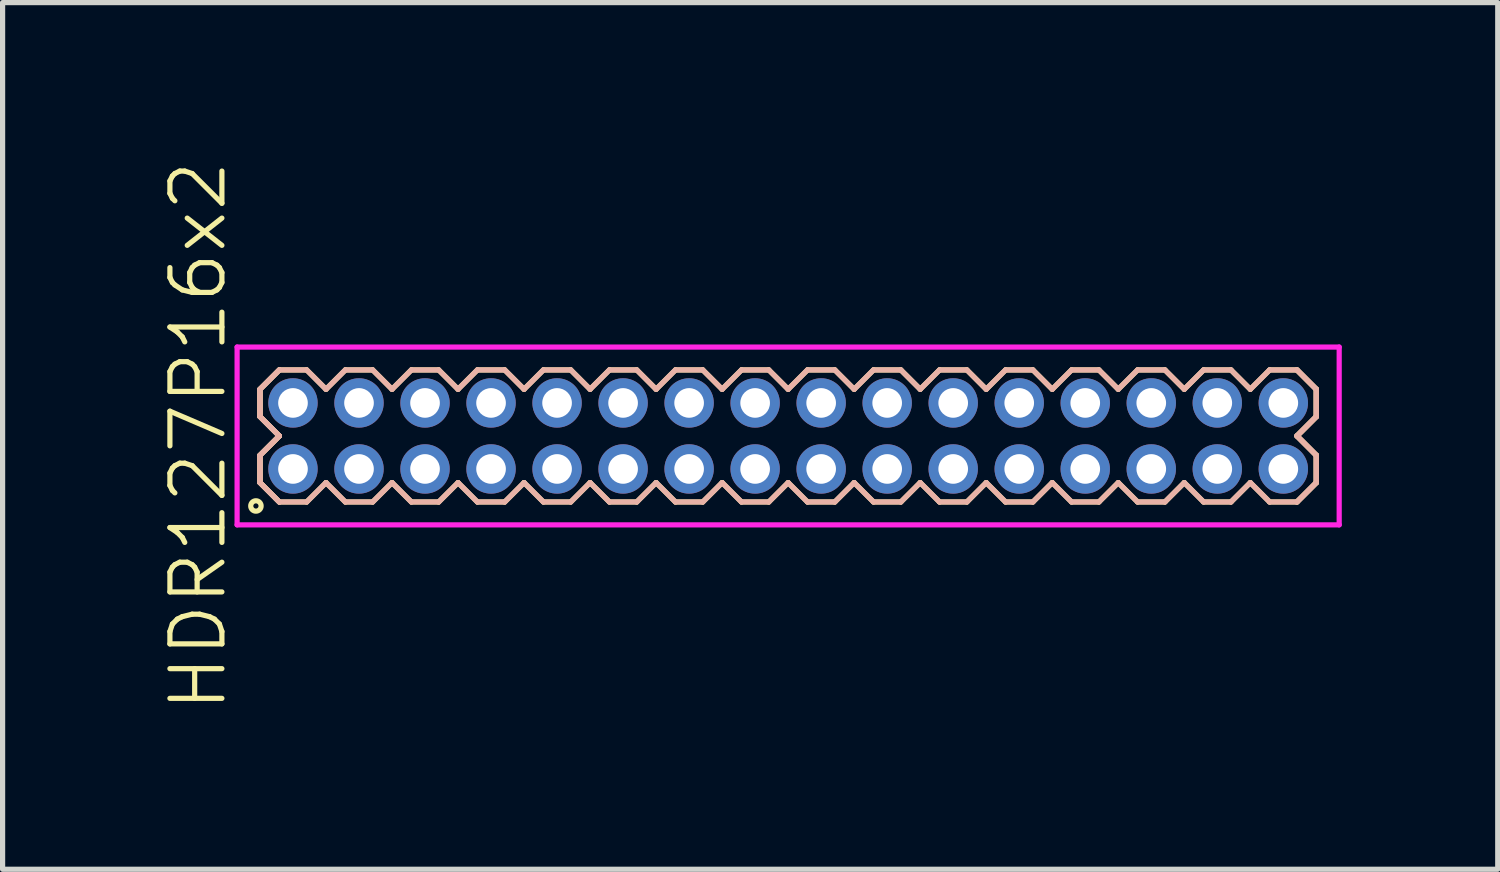
<source format=kicad_pcb>
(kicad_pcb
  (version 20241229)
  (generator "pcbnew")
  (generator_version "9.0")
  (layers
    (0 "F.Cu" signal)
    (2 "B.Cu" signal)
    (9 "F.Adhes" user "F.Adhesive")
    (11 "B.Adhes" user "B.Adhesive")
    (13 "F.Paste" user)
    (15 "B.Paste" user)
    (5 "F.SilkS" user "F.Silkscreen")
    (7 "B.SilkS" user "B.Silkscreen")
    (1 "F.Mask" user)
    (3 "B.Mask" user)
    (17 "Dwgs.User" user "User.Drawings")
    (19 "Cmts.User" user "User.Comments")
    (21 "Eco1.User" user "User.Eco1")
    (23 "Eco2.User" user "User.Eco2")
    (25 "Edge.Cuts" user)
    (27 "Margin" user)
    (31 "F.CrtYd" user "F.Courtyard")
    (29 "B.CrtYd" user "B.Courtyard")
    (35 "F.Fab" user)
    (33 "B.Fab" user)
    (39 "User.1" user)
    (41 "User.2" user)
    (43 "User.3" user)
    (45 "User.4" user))
  (footprint "HDR127P16x2"
    (layer "F.Cu")
    (at 12.111 5.336)
    (property "Reference" "HDR127P16x2" (at -11.35 0 90) (layer "F.SilkS") (effects (font (size 1 1) (thickness 0.1))))
    (attr through_hole)
    (fp_line (start -10.16 -0.898) (end -9.788 -1.27) (stroke (width 0.1) (type solid)) (layer "F.SilkS"))
    (fp_line (start -10.16 -0.898) (end -9.788 -1.27) (stroke (width 0.1) (type solid)) (layer "F.SilkS"))
    (fp_line (start -10.16 -0.372) (end -10.16 -0.898) (stroke (width 0.1) (type solid)) (layer "F.SilkS"))
    (fp_line (start -10.16 -0.372) (end -10.16 -0.898) (stroke (width 0.1) (type solid)) (layer "F.SilkS"))
    (fp_line (start -10.16 0.372) (end -9.788 0) (stroke (width 0.1) (type solid)) (layer "F.SilkS"))
    (fp_line (start -10.16 0.372) (end -9.788 0) (stroke (width 0.1) (type solid)) (layer "F.SilkS"))
    (fp_line (start -10.16 0.898) (end -10.16 0.372) (stroke (width 0.1) (type solid)) (layer "F.SilkS"))
    (fp_line (start -10.16 0.898) (end -10.16 0.372) (stroke (width 0.1) (type solid)) (layer "F.SilkS"))
    (fp_line (start -9.788 -1.27) (end -9.262 -1.27) (stroke (width 0.1) (type solid)) (layer "F.SilkS"))
    (fp_line (start -9.788 0) (end -10.16 -0.372) (stroke (width 0.1) (type solid)) (layer "F.SilkS"))
    (fp_line (start -9.788 0) (end -10.16 -0.372) (stroke (width 0.1) (type solid)) (layer "F.SilkS"))
    (fp_line (start -9.788 1.27) (end -10.16 0.898) (stroke (width 0.1) (type solid)) (layer "F.SilkS"))
    (fp_line (start -9.788 1.27) (end -10.16 0.898) (stroke (width 0.1) (type solid)) (layer "F.SilkS"))
    (fp_line (start -9.262 -1.27) (end -8.89 -0.898) (stroke (width 0.1) (type solid)) (layer "F.SilkS"))
    (fp_line (start -9.262 1.27) (end -9.788 1.27) (stroke (width 0.1) (type solid)) (layer "F.SilkS"))
    (fp_line (start -8.89 -0.898) (end -8.518 -1.27) (stroke (width 0.1) (type solid)) (layer "F.SilkS"))
    (fp_line (start -8.89 0.898) (end -9.262 1.27) (stroke (width 0.1) (type solid)) (layer "F.SilkS"))
    (fp_line (start -8.518 -1.27) (end -7.992 -1.27) (stroke (width 0.1) (type solid)) (layer "F.SilkS"))
    (fp_line (start -8.518 1.27) (end -8.89 0.898) (stroke (width 0.1) (type solid)) (layer "F.SilkS"))
    (fp_line (start -7.992 -1.27) (end -7.62 -0.898) (stroke (width 0.1) (type solid)) (layer "F.SilkS"))
    (fp_line (start -7.992 1.27) (end -8.518 1.27) (stroke (width 0.1) (type solid)) (layer "F.SilkS"))
    (fp_line (start -7.62 -0.898) (end -7.248 -1.27) (stroke (width 0.1) (type solid)) (layer "F.SilkS"))
    (fp_line (start -7.62 0.898) (end -7.992 1.27) (stroke (width 0.1) (type solid)) (layer "F.SilkS"))
    (fp_line (start -7.248 -1.27) (end -6.722 -1.27) (stroke (width 0.1) (type solid)) (layer "F.SilkS"))
    (fp_line (start -7.248 1.27) (end -7.62 0.898) (stroke (width 0.1) (type solid)) (layer "F.SilkS"))
    (fp_line (start -6.722 -1.27) (end -6.35 -0.898) (stroke (width 0.1) (type solid)) (layer "F.SilkS"))
    (fp_line (start -6.722 1.27) (end -7.248 1.27) (stroke (width 0.1) (type solid)) (layer "F.SilkS"))
    (fp_line (start -6.35 -0.898) (end -5.978 -1.27) (stroke (width 0.1) (type solid)) (layer "F.SilkS"))
    (fp_line (start -6.35 0.898) (end -6.722 1.27) (stroke (width 0.1) (type solid)) (layer "F.SilkS"))
    (fp_line (start -5.978 -1.27) (end -5.452 -1.27) (stroke (width 0.1) (type solid)) (layer "F.SilkS"))
    (fp_line (start -5.978 1.27) (end -6.35 0.898) (stroke (width 0.1) (type solid)) (layer "F.SilkS"))
    (fp_line (start -5.452 -1.27) (end -5.08 -0.898) (stroke (width 0.1) (type solid)) (layer "F.SilkS"))
    (fp_line (start -5.452 1.27) (end -5.978 1.27) (stroke (width 0.1) (type solid)) (layer "F.SilkS"))
    (fp_line (start -5.08 -0.898) (end -4.708 -1.27) (stroke (width 0.1) (type solid)) (layer "F.SilkS"))
    (fp_line (start -5.08 0.898) (end -5.452 1.27) (stroke (width 0.1) (type solid)) (layer "F.SilkS"))
    (fp_line (start -4.708 -1.27) (end -4.182 -1.27) (stroke (width 0.1) (type solid)) (layer "F.SilkS"))
    (fp_line (start -4.708 1.27) (end -5.08 0.898) (stroke (width 0.1) (type solid)) (layer "F.SilkS"))
    (fp_line (start -4.182 -1.27) (end -3.81 -0.898) (stroke (width 0.1) (type solid)) (layer "F.SilkS"))
    (fp_line (start -4.182 1.27) (end -4.708 1.27) (stroke (width 0.1) (type solid)) (layer "F.SilkS"))
    (fp_line (start -3.81 -0.898) (end -3.438 -1.27) (stroke (width 0.1) (type solid)) (layer "F.SilkS"))
    (fp_line (start -3.81 0.898) (end -4.182 1.27) (stroke (width 0.1) (type solid)) (layer "F.SilkS"))
    (fp_line (start -3.438 -1.27) (end -2.912 -1.27) (stroke (width 0.1) (type solid)) (layer "F.SilkS"))
    (fp_line (start -3.438 1.27) (end -3.81 0.898) (stroke (width 0.1) (type solid)) (layer "F.SilkS"))
    (fp_line (start -2.912 -1.27) (end -2.54 -0.898) (stroke (width 0.1) (type solid)) (layer "F.SilkS"))
    (fp_line (start -2.912 1.27) (end -3.438 1.27) (stroke (width 0.1) (type solid)) (layer "F.SilkS"))
    (fp_line (start -2.54 -0.898) (end -2.168 -1.27) (stroke (width 0.1) (type solid)) (layer "F.SilkS"))
    (fp_line (start -2.54 0.898) (end -2.912 1.27) (stroke (width 0.1) (type solid)) (layer "F.SilkS"))
    (fp_line (start -2.168 -1.27) (end -1.642 -1.27) (stroke (width 0.1) (type solid)) (layer "F.SilkS"))
    (fp_line (start -2.168 1.27) (end -2.54 0.898) (stroke (width 0.1) (type solid)) (layer "F.SilkS"))
    (fp_line (start -1.642 -1.27) (end -1.27 -0.898) (stroke (width 0.1) (type solid)) (layer "F.SilkS"))
    (fp_line (start -1.642 1.27) (end -2.168 1.27) (stroke (width 0.1) (type solid)) (layer "F.SilkS"))
    (fp_line (start -1.27 -0.898) (end -0.898 -1.27) (stroke (width 0.1) (type solid)) (layer "F.SilkS"))
    (fp_line (start -1.27 0.898) (end -1.642 1.27) (stroke (width 0.1) (type solid)) (layer "F.SilkS"))
    (fp_line (start -0.898 -1.27) (end -0.372 -1.27) (stroke (width 0.1) (type solid)) (layer "F.SilkS"))
    (fp_line (start -0.898 1.27) (end -1.27 0.898) (stroke (width 0.1) (type solid)) (layer "F.SilkS"))
    (fp_line (start -0.372 -1.27) (end 0 -0.898) (stroke (width 0.1) (type solid)) (layer "F.SilkS"))
    (fp_line (start -0.372 1.27) (end -0.898 1.27) (stroke (width 0.1) (type solid)) (layer "F.SilkS"))
    (fp_line (start 0 -0.898) (end 0.372 -1.27) (stroke (width 0.1) (type solid)) (layer "F.SilkS"))
    (fp_line (start 0 0.898) (end -0.372 1.27) (stroke (width 0.1) (type solid)) (layer "F.SilkS"))
    (fp_line (start 0.372 -1.27) (end 0.898 -1.27) (stroke (width 0.1) (type solid)) (layer "F.SilkS"))
    (fp_line (start 0.372 1.27) (end 0 0.898) (stroke (width 0.1) (type solid)) (layer "F.SilkS"))
    (fp_line (start 0.898 -1.27) (end 1.27 -0.898) (stroke (width 0.1) (type solid)) (layer "F.SilkS"))
    (fp_line (start 0.898 1.27) (end 0.372 1.27) (stroke (width 0.1) (type solid)) (layer "F.SilkS"))
    (fp_line (start 1.27 -0.898) (end 1.642 -1.27) (stroke (width 0.1) (type solid)) (layer "F.SilkS"))
    (fp_line (start 1.27 0.898) (end 0.898 1.27) (stroke (width 0.1) (type solid)) (layer "F.SilkS"))
    (fp_line (start 1.642 -1.27) (end 2.168 -1.27) (stroke (width 0.1) (type solid)) (layer "F.SilkS"))
    (fp_line (start 1.642 1.27) (end 1.27 0.898) (stroke (width 0.1) (type solid)) (layer "F.SilkS"))
    (fp_line (start 2.168 -1.27) (end 2.54 -0.898) (stroke (width 0.1) (type solid)) (layer "F.SilkS"))
    (fp_line (start 2.168 1.27) (end 1.642 1.27) (stroke (width 0.1) (type solid)) (layer "F.SilkS"))
    (fp_line (start 2.54 -0.898) (end 2.912 -1.27) (stroke (width 0.1) (type solid)) (layer "F.SilkS"))
    (fp_line (start 2.54 0.898) (end 2.168 1.27) (stroke (width 0.1) (type solid)) (layer "F.SilkS"))
    (fp_line (start 2.912 -1.27) (end 3.438 -1.27) (stroke (width 0.1) (type solid)) (layer "F.SilkS"))
    (fp_line (start 2.912 1.27) (end 2.54 0.898) (stroke (width 0.1) (type solid)) (layer "F.SilkS"))
    (fp_line (start 3.438 -1.27) (end 3.81 -0.898) (stroke (width 0.1) (type solid)) (layer "F.SilkS"))
    (fp_line (start 3.438 1.27) (end 2.912 1.27) (stroke (width 0.1) (type solid)) (layer "F.SilkS"))
    (fp_line (start 3.81 -0.898) (end 4.182 -1.27) (stroke (width 0.1) (type solid)) (layer "F.SilkS"))
    (fp_line (start 3.81 0.898) (end 3.438 1.27) (stroke (width 0.1) (type solid)) (layer "F.SilkS"))
    (fp_line (start 4.182 -1.27) (end 4.708 -1.27) (stroke (width 0.1) (type solid)) (layer "F.SilkS"))
    (fp_line (start 4.182 1.27) (end 3.81 0.898) (stroke (width 0.1) (type solid)) (layer "F.SilkS"))
    (fp_line (start 4.708 -1.27) (end 5.08 -0.898) (stroke (width 0.1) (type solid)) (layer "F.SilkS"))
    (fp_line (start 4.708 1.27) (end 4.182 1.27) (stroke (width 0.1) (type solid)) (layer "F.SilkS"))
    (fp_line (start 5.08 -0.898) (end 5.452 -1.27) (stroke (width 0.1) (type solid)) (layer "F.SilkS"))
    (fp_line (start 5.08 0.898) (end 4.708 1.27) (stroke (width 0.1) (type solid)) (layer "F.SilkS"))
    (fp_line (start 5.452 -1.27) (end 5.978 -1.27) (stroke (width 0.1) (type solid)) (layer "F.SilkS"))
    (fp_line (start 5.452 1.27) (end 5.08 0.898) (stroke (width 0.1) (type solid)) (layer "F.SilkS"))
    (fp_line (start 5.978 -1.27) (end 6.35 -0.898) (stroke (width 0.1) (type solid)) (layer "F.SilkS"))
    (fp_line (start 5.978 1.27) (end 5.452 1.27) (stroke (width 0.1) (type solid)) (layer "F.SilkS"))
    (fp_line (start 6.35 -0.898) (end 6.722 -1.27) (stroke (width 0.1) (type solid)) (layer "F.SilkS"))
    (fp_line (start 6.35 0.898) (end 5.978 1.27) (stroke (width 0.1) (type solid)) (layer "F.SilkS"))
    (fp_line (start 6.722 -1.27) (end 7.248 -1.27) (stroke (width 0.1) (type solid)) (layer "F.SilkS"))
    (fp_line (start 6.722 1.27) (end 6.35 0.898) (stroke (width 0.1) (type solid)) (layer "F.SilkS"))
    (fp_line (start 7.248 -1.27) (end 7.62 -0.898) (stroke (width 0.1) (type solid)) (layer "F.SilkS"))
    (fp_line (start 7.248 1.27) (end 6.722 1.27) (stroke (width 0.1) (type solid)) (layer "F.SilkS"))
    (fp_line (start 7.62 -0.898) (end 7.992 -1.27) (stroke (width 0.1) (type solid)) (layer "F.SilkS"))
    (fp_line (start 7.62 0.898) (end 7.248 1.27) (stroke (width 0.1) (type solid)) (layer "F.SilkS"))
    (fp_line (start 7.992 -1.27) (end 8.518 -1.27) (stroke (width 0.1) (type solid)) (layer "F.SilkS"))
    (fp_line (start 7.992 1.27) (end 7.62 0.898) (stroke (width 0.1) (type solid)) (layer "F.SilkS"))
    (fp_line (start 8.518 -1.27) (end 8.89 -0.898) (stroke (width 0.1) (type solid)) (layer "F.SilkS"))
    (fp_line (start 8.518 1.27) (end 7.992 1.27) (stroke (width 0.1) (type solid)) (layer "F.SilkS"))
    (fp_line (start 8.89 -0.898) (end 9.262 -1.27) (stroke (width 0.1) (type solid)) (layer "F.SilkS"))
    (fp_line (start 8.89 0.898) (end 8.518 1.27) (stroke (width 0.1) (type solid)) (layer "F.SilkS"))
    (fp_line (start 9.262 -1.27) (end 9.788 -1.27) (stroke (width 0.1) (type solid)) (layer "F.SilkS"))
    (fp_line (start 9.262 1.27) (end 8.89 0.898) (stroke (width 0.1) (type solid)) (layer "F.SilkS"))
    (fp_line (start 9.788 -1.27) (end 10.16 -0.898) (stroke (width 0.1) (type solid)) (layer "F.SilkS"))
    (fp_line (start 9.788 -1.27) (end 10.16 -0.898) (stroke (width 0.1) (type solid)) (layer "F.SilkS"))
    (fp_line (start 9.788 0) (end 10.16 0.372) (stroke (width 0.1) (type solid)) (layer "F.SilkS"))
    (fp_line (start 9.788 0) (end 10.16 0.372) (stroke (width 0.1) (type solid)) (layer "F.SilkS"))
    (fp_line (start 9.788 1.27) (end 9.262 1.27) (stroke (width 0.1) (type solid)) (layer "F.SilkS"))
    (fp_line (start 10.16 -0.898) (end 10.16 -0.372) (stroke (width 0.1) (type solid)) (layer "F.SilkS"))
    (fp_line (start 10.16 -0.898) (end 10.16 -0.372) (stroke (width 0.1) (type solid)) (layer "F.SilkS"))
    (fp_line (start 10.16 -0.372) (end 9.788 0) (stroke (width 0.1) (type solid)) (layer "F.SilkS"))
    (fp_line (start 10.16 -0.372) (end 9.788 0) (stroke (width 0.1) (type solid)) (layer "F.SilkS"))
    (fp_line (start 10.16 0.372) (end 10.16 0.898) (stroke (width 0.1) (type solid)) (layer "F.SilkS"))
    (fp_line (start 10.16 0.372) (end 10.16 0.898) (stroke (width 0.1) (type solid)) (layer "F.SilkS"))
    (fp_line (start 10.16 0.898) (end 9.788 1.27) (stroke (width 0.1) (type solid)) (layer "F.SilkS"))
    (fp_line (start 10.16 0.898) (end 9.788 1.27) (stroke (width 0.1) (type solid)) (layer "F.SilkS"))
    (fp_circle (center -10.238 1.347) (end -10.138 1.347) (stroke (width 0.1) (type solid)) (fill no) (layer "F.SilkS"))
    (fp_line (start -10.16 -0.898) (end -9.788 -1.27) (stroke (width 0.1) (type solid)) (layer "B.SilkS"))
    (fp_line (start -10.16 -0.898) (end -9.788 -1.27) (stroke (width 0.1) (type solid)) (layer "B.SilkS"))
    (fp_line (start -10.16 -0.372) (end -10.16 -0.898) (stroke (width 0.1) (type solid)) (layer "B.SilkS"))
    (fp_line (start -10.16 -0.372) (end -10.16 -0.898) (stroke (width 0.1) (type solid)) (layer "B.SilkS"))
    (fp_line (start -10.16 0.372) (end -9.788 0) (stroke (width 0.1) (type solid)) (layer "B.SilkS"))
    (fp_line (start -10.16 0.372) (end -9.788 0) (stroke (width 0.1) (type solid)) (layer "B.SilkS"))
    (fp_line (start -10.16 0.898) (end -10.16 0.372) (stroke (width 0.1) (type solid)) (layer "B.SilkS"))
    (fp_line (start -10.16 0.898) (end -10.16 0.372) (stroke (width 0.1) (type solid)) (layer "B.SilkS"))
    (fp_line (start -9.788 -1.27) (end -9.262 -1.27) (stroke (width 0.1) (type solid)) (layer "B.SilkS"))
    (fp_line (start -9.788 0) (end -10.16 -0.372) (stroke (width 0.1) (type solid)) (layer "B.SilkS"))
    (fp_line (start -9.788 0) (end -10.16 -0.372) (stroke (width 0.1) (type solid)) (layer "B.SilkS"))
    (fp_line (start -9.788 1.27) (end -10.16 0.898) (stroke (width 0.1) (type solid)) (layer "B.SilkS"))
    (fp_line (start -9.788 1.27) (end -10.16 0.898) (stroke (width 0.1) (type solid)) (layer "B.SilkS"))
    (fp_line (start -9.262 -1.27) (end -8.89 -0.898) (stroke (width 0.1) (type solid)) (layer "B.SilkS"))
    (fp_line (start -9.262 1.27) (end -9.788 1.27) (stroke (width 0.1) (type solid)) (layer "B.SilkS"))
    (fp_line (start -8.89 -0.898) (end -8.518 -1.27) (stroke (width 0.1) (type solid)) (layer "B.SilkS"))
    (fp_line (start -8.89 0.898) (end -9.262 1.27) (stroke (width 0.1) (type solid)) (layer "B.SilkS"))
    (fp_line (start -8.518 -1.27) (end -7.992 -1.27) (stroke (width 0.1) (type solid)) (layer "B.SilkS"))
    (fp_line (start -8.518 1.27) (end -8.89 0.898) (stroke (width 0.1) (type solid)) (layer "B.SilkS"))
    (fp_line (start -7.992 -1.27) (end -7.62 -0.898) (stroke (width 0.1) (type solid)) (layer "B.SilkS"))
    (fp_line (start -7.992 1.27) (end -8.518 1.27) (stroke (width 0.1) (type solid)) (layer "B.SilkS"))
    (fp_line (start -7.62 -0.898) (end -7.248 -1.27) (stroke (width 0.1) (type solid)) (layer "B.SilkS"))
    (fp_line (start -7.62 0.898) (end -7.992 1.27) (stroke (width 0.1) (type solid)) (layer "B.SilkS"))
    (fp_line (start -7.248 -1.27) (end -6.722 -1.27) (stroke (width 0.1) (type solid)) (layer "B.SilkS"))
    (fp_line (start -7.248 1.27) (end -7.62 0.898) (stroke (width 0.1) (type solid)) (layer "B.SilkS"))
    (fp_line (start -6.722 -1.27) (end -6.35 -0.898) (stroke (width 0.1) (type solid)) (layer "B.SilkS"))
    (fp_line (start -6.722 1.27) (end -7.248 1.27) (stroke (width 0.1) (type solid)) (layer "B.SilkS"))
    (fp_line (start -6.35 -0.898) (end -5.978 -1.27) (stroke (width 0.1) (type solid)) (layer "B.SilkS"))
    (fp_line (start -6.35 0.898) (end -6.722 1.27) (stroke (width 0.1) (type solid)) (layer "B.SilkS"))
    (fp_line (start -5.978 -1.27) (end -5.452 -1.27) (stroke (width 0.1) (type solid)) (layer "B.SilkS"))
    (fp_line (start -5.978 1.27) (end -6.35 0.898) (stroke (width 0.1) (type solid)) (layer "B.SilkS"))
    (fp_line (start -5.452 -1.27) (end -5.08 -0.898) (stroke (width 0.1) (type solid)) (layer "B.SilkS"))
    (fp_line (start -5.452 1.27) (end -5.978 1.27) (stroke (width 0.1) (type solid)) (layer "B.SilkS"))
    (fp_line (start -5.08 -0.898) (end -4.708 -1.27) (stroke (width 0.1) (type solid)) (layer "B.SilkS"))
    (fp_line (start -5.08 0.898) (end -5.452 1.27) (stroke (width 0.1) (type solid)) (layer "B.SilkS"))
    (fp_line (start -4.708 -1.27) (end -4.182 -1.27) (stroke (width 0.1) (type solid)) (layer "B.SilkS"))
    (fp_line (start -4.708 1.27) (end -5.08 0.898) (stroke (width 0.1) (type solid)) (layer "B.SilkS"))
    (fp_line (start -4.182 -1.27) (end -3.81 -0.898) (stroke (width 0.1) (type solid)) (layer "B.SilkS"))
    (fp_line (start -4.182 1.27) (end -4.708 1.27) (stroke (width 0.1) (type solid)) (layer "B.SilkS"))
    (fp_line (start -3.81 -0.898) (end -3.438 -1.27) (stroke (width 0.1) (type solid)) (layer "B.SilkS"))
    (fp_line (start -3.81 0.898) (end -4.182 1.27) (stroke (width 0.1) (type solid)) (layer "B.SilkS"))
    (fp_line (start -3.438 -1.27) (end -2.912 -1.27) (stroke (width 0.1) (type solid)) (layer "B.SilkS"))
    (fp_line (start -3.438 1.27) (end -3.81 0.898) (stroke (width 0.1) (type solid)) (layer "B.SilkS"))
    (fp_line (start -2.912 -1.27) (end -2.54 -0.898) (stroke (width 0.1) (type solid)) (layer "B.SilkS"))
    (fp_line (start -2.912 1.27) (end -3.438 1.27) (stroke (width 0.1) (type solid)) (layer "B.SilkS"))
    (fp_line (start -2.54 -0.898) (end -2.168 -1.27) (stroke (width 0.1) (type solid)) (layer "B.SilkS"))
    (fp_line (start -2.54 0.898) (end -2.912 1.27) (stroke (width 0.1) (type solid)) (layer "B.SilkS"))
    (fp_line (start -2.168 -1.27) (end -1.642 -1.27) (stroke (width 0.1) (type solid)) (layer "B.SilkS"))
    (fp_line (start -2.168 1.27) (end -2.54 0.898) (stroke (width 0.1) (type solid)) (layer "B.SilkS"))
    (fp_line (start -1.642 -1.27) (end -1.27 -0.898) (stroke (width 0.1) (type solid)) (layer "B.SilkS"))
    (fp_line (start -1.642 1.27) (end -2.168 1.27) (stroke (width 0.1) (type solid)) (layer "B.SilkS"))
    (fp_line (start -1.27 -0.898) (end -0.898 -1.27) (stroke (width 0.1) (type solid)) (layer "B.SilkS"))
    (fp_line (start -1.27 0.898) (end -1.642 1.27) (stroke (width 0.1) (type solid)) (layer "B.SilkS"))
    (fp_line (start -0.898 -1.27) (end -0.372 -1.27) (stroke (width 0.1) (type solid)) (layer "B.SilkS"))
    (fp_line (start -0.898 1.27) (end -1.27 0.898) (stroke (width 0.1) (type solid)) (layer "B.SilkS"))
    (fp_line (start -0.372 -1.27) (end 0 -0.898) (stroke (width 0.1) (type solid)) (layer "B.SilkS"))
    (fp_line (start -0.372 1.27) (end -0.898 1.27) (stroke (width 0.1) (type solid)) (layer "B.SilkS"))
    (fp_line (start 0 -0.898) (end 0.372 -1.27) (stroke (width 0.1) (type solid)) (layer "B.SilkS"))
    (fp_line (start 0 0.898) (end -0.372 1.27) (stroke (width 0.1) (type solid)) (layer "B.SilkS"))
    (fp_line (start 0.372 -1.27) (end 0.898 -1.27) (stroke (width 0.1) (type solid)) (layer "B.SilkS"))
    (fp_line (start 0.372 1.27) (end 0 0.898) (stroke (width 0.1) (type solid)) (layer "B.SilkS"))
    (fp_line (start 0.898 -1.27) (end 1.27 -0.898) (stroke (width 0.1) (type solid)) (layer "B.SilkS"))
    (fp_line (start 0.898 1.27) (end 0.372 1.27) (stroke (width 0.1) (type solid)) (layer "B.SilkS"))
    (fp_line (start 1.27 -0.898) (end 1.642 -1.27) (stroke (width 0.1) (type solid)) (layer "B.SilkS"))
    (fp_line (start 1.27 0.898) (end 0.898 1.27) (stroke (width 0.1) (type solid)) (layer "B.SilkS"))
    (fp_line (start 1.642 -1.27) (end 2.168 -1.27) (stroke (width 0.1) (type solid)) (layer "B.SilkS"))
    (fp_line (start 1.642 1.27) (end 1.27 0.898) (stroke (width 0.1) (type solid)) (layer "B.SilkS"))
    (fp_line (start 2.168 -1.27) (end 2.54 -0.898) (stroke (width 0.1) (type solid)) (layer "B.SilkS"))
    (fp_line (start 2.168 1.27) (end 1.642 1.27) (stroke (width 0.1) (type solid)) (layer "B.SilkS"))
    (fp_line (start 2.54 -0.898) (end 2.912 -1.27) (stroke (width 0.1) (type solid)) (layer "B.SilkS"))
    (fp_line (start 2.54 0.898) (end 2.168 1.27) (stroke (width 0.1) (type solid)) (layer "B.SilkS"))
    (fp_line (start 2.912 -1.27) (end 3.438 -1.27) (stroke (width 0.1) (type solid)) (layer "B.SilkS"))
    (fp_line (start 2.912 1.27) (end 2.54 0.898) (stroke (width 0.1) (type solid)) (layer "B.SilkS"))
    (fp_line (start 3.438 -1.27) (end 3.81 -0.898) (stroke (width 0.1) (type solid)) (layer "B.SilkS"))
    (fp_line (start 3.438 1.27) (end 2.912 1.27) (stroke (width 0.1) (type solid)) (layer "B.SilkS"))
    (fp_line (start 3.81 -0.898) (end 4.182 -1.27) (stroke (width 0.1) (type solid)) (layer "B.SilkS"))
    (fp_line (start 3.81 0.898) (end 3.438 1.27) (stroke (width 0.1) (type solid)) (layer "B.SilkS"))
    (fp_line (start 4.182 -1.27) (end 4.708 -1.27) (stroke (width 0.1) (type solid)) (layer "B.SilkS"))
    (fp_line (start 4.182 1.27) (end 3.81 0.898) (stroke (width 0.1) (type solid)) (layer "B.SilkS"))
    (fp_line (start 4.708 -1.27) (end 5.08 -0.898) (stroke (width 0.1) (type solid)) (layer "B.SilkS"))
    (fp_line (start 4.708 1.27) (end 4.182 1.27) (stroke (width 0.1) (type solid)) (layer "B.SilkS"))
    (fp_line (start 5.08 -0.898) (end 5.452 -1.27) (stroke (width 0.1) (type solid)) (layer "B.SilkS"))
    (fp_line (start 5.08 0.898) (end 4.708 1.27) (stroke (width 0.1) (type solid)) (layer "B.SilkS"))
    (fp_line (start 5.452 -1.27) (end 5.978 -1.27) (stroke (width 0.1) (type solid)) (layer "B.SilkS"))
    (fp_line (start 5.452 1.27) (end 5.08 0.898) (stroke (width 0.1) (type solid)) (layer "B.SilkS"))
    (fp_line (start 5.978 -1.27) (end 6.35 -0.898) (stroke (width 0.1) (type solid)) (layer "B.SilkS"))
    (fp_line (start 5.978 1.27) (end 5.452 1.27) (stroke (width 0.1) (type solid)) (layer "B.SilkS"))
    (fp_line (start 6.35 -0.898) (end 6.722 -1.27) (stroke (width 0.1) (type solid)) (layer "B.SilkS"))
    (fp_line (start 6.35 0.898) (end 5.978 1.27) (stroke (width 0.1) (type solid)) (layer "B.SilkS"))
    (fp_line (start 6.722 -1.27) (end 7.248 -1.27) (stroke (width 0.1) (type solid)) (layer "B.SilkS"))
    (fp_line (start 6.722 1.27) (end 6.35 0.898) (stroke (width 0.1) (type solid)) (layer "B.SilkS"))
    (fp_line (start 7.248 -1.27) (end 7.62 -0.898) (stroke (width 0.1) (type solid)) (layer "B.SilkS"))
    (fp_line (start 7.248 1.27) (end 6.722 1.27) (stroke (width 0.1) (type solid)) (layer "B.SilkS"))
    (fp_line (start 7.62 -0.898) (end 7.992 -1.27) (stroke (width 0.1) (type solid)) (layer "B.SilkS"))
    (fp_line (start 7.62 0.898) (end 7.248 1.27) (stroke (width 0.1) (type solid)) (layer "B.SilkS"))
    (fp_line (start 7.992 -1.27) (end 8.518 -1.27) (stroke (width 0.1) (type solid)) (layer "B.SilkS"))
    (fp_line (start 7.992 1.27) (end 7.62 0.898) (stroke (width 0.1) (type solid)) (layer "B.SilkS"))
    (fp_line (start 8.518 -1.27) (end 8.89 -0.898) (stroke (width 0.1) (type solid)) (layer "B.SilkS"))
    (fp_line (start 8.518 1.27) (end 7.992 1.27) (stroke (width 0.1) (type solid)) (layer "B.SilkS"))
    (fp_line (start 8.89 -0.898) (end 9.262 -1.27) (stroke (width 0.1) (type solid)) (layer "B.SilkS"))
    (fp_line (start 8.89 0.898) (end 8.518 1.27) (stroke (width 0.1) (type solid)) (layer "B.SilkS"))
    (fp_line (start 9.262 -1.27) (end 9.788 -1.27) (stroke (width 0.1) (type solid)) (layer "B.SilkS"))
    (fp_line (start 9.262 1.27) (end 8.89 0.898) (stroke (width 0.1) (type solid)) (layer "B.SilkS"))
    (fp_line (start 9.788 -1.27) (end 10.16 -0.898) (stroke (width 0.1) (type solid)) (layer "B.SilkS"))
    (fp_line (start 9.788 -1.27) (end 10.16 -0.898) (stroke (width 0.1) (type solid)) (layer "B.SilkS"))
    (fp_line (start 9.788 0) (end 10.16 0.372) (stroke (width 0.1) (type solid)) (layer "B.SilkS"))
    (fp_line (start 9.788 0) (end 10.16 0.372) (stroke (width 0.1) (type solid)) (layer "B.SilkS"))
    (fp_line (start 9.788 1.27) (end 9.262 1.27) (stroke (width 0.1) (type solid)) (layer "B.SilkS"))
    (fp_line (start 10.16 -0.898) (end 10.16 -0.372) (stroke (width 0.1) (type solid)) (layer "B.SilkS"))
    (fp_line (start 10.16 -0.898) (end 10.16 -0.372) (stroke (width 0.1) (type solid)) (layer "B.SilkS"))
    (fp_line (start 10.16 -0.372) (end 9.788 0) (stroke (width 0.1) (type solid)) (layer "B.SilkS"))
    (fp_line (start 10.16 -0.372) (end 9.788 0) (stroke (width 0.1) (type solid)) (layer "B.SilkS"))
    (fp_line (start 10.16 0.372) (end 10.16 0.898) (stroke (width 0.1) (type solid)) (layer "B.SilkS"))
    (fp_line (start 10.16 0.372) (end 10.16 0.898) (stroke (width 0.1) (type solid)) (layer "B.SilkS"))
    (fp_line (start 10.16 0.898) (end 9.788 1.27) (stroke (width 0.1) (type solid)) (layer "B.SilkS"))
    (fp_line (start 10.16 0.898) (end 9.788 1.27) (stroke (width 0.1) (type solid)) (layer "B.SilkS"))
    (fp_line (start -10.6 -1.71) (end -10.6 1.71) (stroke (width 0.1) (type solid)) (layer "F.CrtYd"))
    (fp_line (start -10.6 1.71) (end 10.6 1.71) (stroke (width 0.1) (type solid)) (layer "F.CrtYd"))
    (fp_line (start 10.6 -1.71) (end -10.6 -1.71) (stroke (width 0.1) (type solid)) (layer "F.CrtYd"))
    (fp_line (start 10.6 1.71) (end 10.6 -1.71) (stroke (width 0.1) (type solid)) (layer "F.CrtYd"))
    (pad "1" thru_hole oval (at -9.525 0.635) (size 0.95 0.95) (drill 0.57) (layers "*.Cu" "*.Mask"))
    (pad "2" thru_hole oval (at -9.525 -0.635) (size 0.95 0.95) (drill 0.57) (layers "*.Cu" "*.Mask"))
    (pad "3" thru_hole oval (at -8.255 0.635) (size 0.95 0.95) (drill 0.57) (layers "*.Cu" "*.Mask"))
    (pad "4" thru_hole oval (at -8.255 -0.635) (size 0.95 0.95) (drill 0.57) (layers "*.Cu" "*.Mask"))
    (pad "5" thru_hole oval (at -6.985 0.635) (size 0.95 0.95) (drill 0.57) (layers "*.Cu" "*.Mask"))
    (pad "6" thru_hole oval (at -6.985 -0.635) (size 0.95 0.95) (drill 0.57) (layers "*.Cu" "*.Mask"))
    (pad "7" thru_hole oval (at -5.715 0.635) (size 0.95 0.95) (drill 0.57) (layers "*.Cu" "*.Mask"))
    (pad "8" thru_hole oval (at -5.715 -0.635) (size 0.95 0.95) (drill 0.57) (layers "*.Cu" "*.Mask"))
    (pad "9" thru_hole oval (at -4.445 0.635) (size 0.95 0.95) (drill 0.57) (layers "*.Cu" "*.Mask"))
    (pad "10" thru_hole oval (at -4.445 -0.635) (size 0.95 0.95) (drill 0.57) (layers "*.Cu" "*.Mask"))
    (pad "11" thru_hole oval (at -3.175 0.635) (size 0.95 0.95) (drill 0.57) (layers "*.Cu" "*.Mask"))
    (pad "12" thru_hole oval (at -3.175 -0.635) (size 0.95 0.95) (drill 0.57) (layers "*.Cu" "*.Mask"))
    (pad "13" thru_hole oval (at -1.905 0.635) (size 0.95 0.95) (drill 0.57) (layers "*.Cu" "*.Mask"))
    (pad "14" thru_hole oval (at -1.905 -0.635) (size 0.95 0.95) (drill 0.57) (layers "*.Cu" "*.Mask"))
    (pad "15" thru_hole oval (at -0.635 0.635) (size 0.95 0.95) (drill 0.57) (layers "*.Cu" "*.Mask"))
    (pad "16" thru_hole oval (at -0.635 -0.635) (size 0.95 0.95) (drill 0.57) (layers "*.Cu" "*.Mask"))
    (pad "17" thru_hole oval (at 0.635 0.635) (size 0.95 0.95) (drill 0.57) (layers "*.Cu" "*.Mask"))
    (pad "18" thru_hole oval (at 0.635 -0.635) (size 0.95 0.95) (drill 0.57) (layers "*.Cu" "*.Mask"))
    (pad "19" thru_hole oval (at 1.905 0.635) (size 0.95 0.95) (drill 0.57) (layers "*.Cu" "*.Mask"))
    (pad "20" thru_hole oval (at 1.905 -0.635) (size 0.95 0.95) (drill 0.57) (layers "*.Cu" "*.Mask"))
    (pad "21" thru_hole oval (at 3.175 0.635) (size 0.95 0.95) (drill 0.57) (layers "*.Cu" "*.Mask"))
    (pad "22" thru_hole oval (at 3.175 -0.635) (size 0.95 0.95) (drill 0.57) (layers "*.Cu" "*.Mask"))
    (pad "23" thru_hole oval (at 4.445 0.635) (size 0.95 0.95) (drill 0.57) (layers "*.Cu" "*.Mask"))
    (pad "24" thru_hole oval (at 4.445 -0.635) (size 0.95 0.95) (drill 0.57) (layers "*.Cu" "*.Mask"))
    (pad "25" thru_hole oval (at 5.715 0.635) (size 0.95 0.95) (drill 0.57) (layers "*.Cu" "*.Mask"))
    (pad "26" thru_hole oval (at 5.715 -0.635) (size 0.95 0.95) (drill 0.57) (layers "*.Cu" "*.Mask"))
    (pad "27" thru_hole oval (at 6.985 0.635) (size 0.95 0.95) (drill 0.57) (layers "*.Cu" "*.Mask"))
    (pad "28" thru_hole oval (at 6.985 -0.635) (size 0.95 0.95) (drill 0.57) (layers "*.Cu" "*.Mask"))
    (pad "29" thru_hole oval (at 8.255 0.635) (size 0.95 0.95) (drill 0.57) (layers "*.Cu" "*.Mask"))
    (pad "30" thru_hole oval (at 8.255 -0.635) (size 0.95 0.95) (drill 0.57) (layers "*.Cu" "*.Mask"))
    (pad "31" thru_hole oval (at 9.525 0.635) (size 0.95 0.95) (drill 0.57) (layers "*.Cu" "*.Mask"))
    (pad "32" thru_hole oval (at 9.525 -0.635) (size 0.95 0.95) (drill 0.57) (layers "*.Cu" "*.Mask")))
  (gr_rect
    (start -3 -3)
    (end 25.761 13.671)
    (stroke (width 0.1) (type default))
    (fill no)
    (layer "Edge.Cuts")))
</source>
